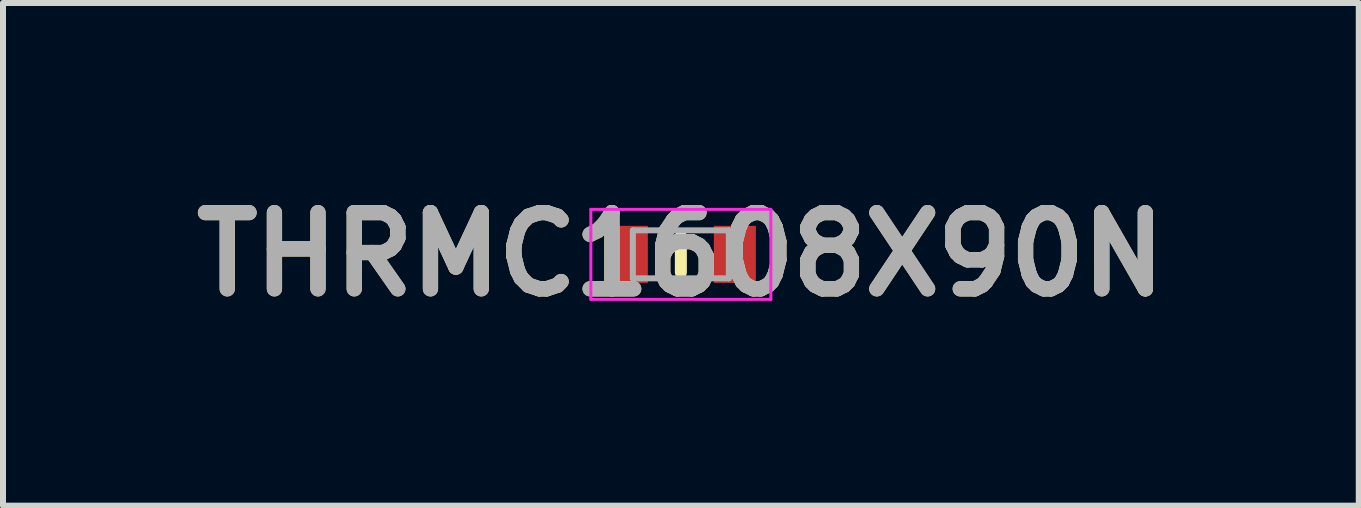
<source format=kicad_pcb>
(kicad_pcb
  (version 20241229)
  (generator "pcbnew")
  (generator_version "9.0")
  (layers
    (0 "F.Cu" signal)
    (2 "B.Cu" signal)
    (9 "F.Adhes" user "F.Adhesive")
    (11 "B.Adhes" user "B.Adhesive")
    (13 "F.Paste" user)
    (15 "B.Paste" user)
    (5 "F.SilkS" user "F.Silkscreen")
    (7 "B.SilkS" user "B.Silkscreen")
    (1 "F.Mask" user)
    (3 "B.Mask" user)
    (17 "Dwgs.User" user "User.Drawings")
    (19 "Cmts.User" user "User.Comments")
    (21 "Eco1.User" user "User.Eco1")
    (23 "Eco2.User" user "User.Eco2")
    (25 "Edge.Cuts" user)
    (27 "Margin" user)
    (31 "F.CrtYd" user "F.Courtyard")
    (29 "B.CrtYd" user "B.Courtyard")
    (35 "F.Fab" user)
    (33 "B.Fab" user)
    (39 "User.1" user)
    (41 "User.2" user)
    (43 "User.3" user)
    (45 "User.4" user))
  (footprint "THRMC1608X90N"
    (layer "F.Cu")
    (at 8.297 1.189)
    (property "Reference" "THRMC1608X90N" (at 0 0 0) (layer "F.SilkS") (effects (font (size 1.27 1.27) (thickness 0.254))))
    (attr smd)
    (fp_line (start 0 -0.3) (end 0 0.3) (stroke (width 0.2) (type solid)) (layer "F.SilkS"))
    (fp_line (start -1.5 -0.75) (end 1.5 -0.75) (stroke (width 0.05) (type solid)) (layer "F.CrtYd"))
    (fp_line (start -1.5 0.75) (end -1.5 -0.75) (stroke (width 0.05) (type solid)) (layer "F.CrtYd"))
    (fp_line (start 1.5 -0.75) (end 1.5 0.75) (stroke (width 0.05) (type solid)) (layer "F.CrtYd"))
    (fp_line (start 1.5 0.75) (end -1.5 0.75) (stroke (width 0.05) (type solid)) (layer "F.CrtYd"))
    (fp_line (start -0.8 -0.4) (end 0.8 -0.4) (stroke (width 0.1) (type solid)) (layer "F.Fab"))
    (fp_line (start -0.8 0.4) (end -0.8 -0.4) (stroke (width 0.1) (type solid)) (layer "F.Fab"))
    (fp_line (start 0.8 -0.4) (end 0.8 0.4) (stroke (width 0.1) (type solid)) (layer "F.Fab"))
    (fp_line (start 0.8 0.4) (end -0.8 0.4) (stroke (width 0.1) (type solid)) (layer "F.Fab"))
    (fp_text user "${REFERENCE}" (at 0 0 0) (layer "F.Fab") (effects (font (size 1.27 1.27) (thickness 0.254))))
    (pad "1" smd rect (at -0.9 0) (size 0.7 0.95) (layers "F.Cu" "F.Mask" "F.Paste"))
    (pad "2" smd rect (at 0.9 0) (size 0.7 0.95) (layers "F.Cu" "F.Mask" "F.Paste")))
  (gr_rect
    (start -3 -3)
    (end 19.595 5.377)
    (stroke (width 0.1) (type default))
    (fill no)
    (layer "Edge.Cuts")))
</source>
